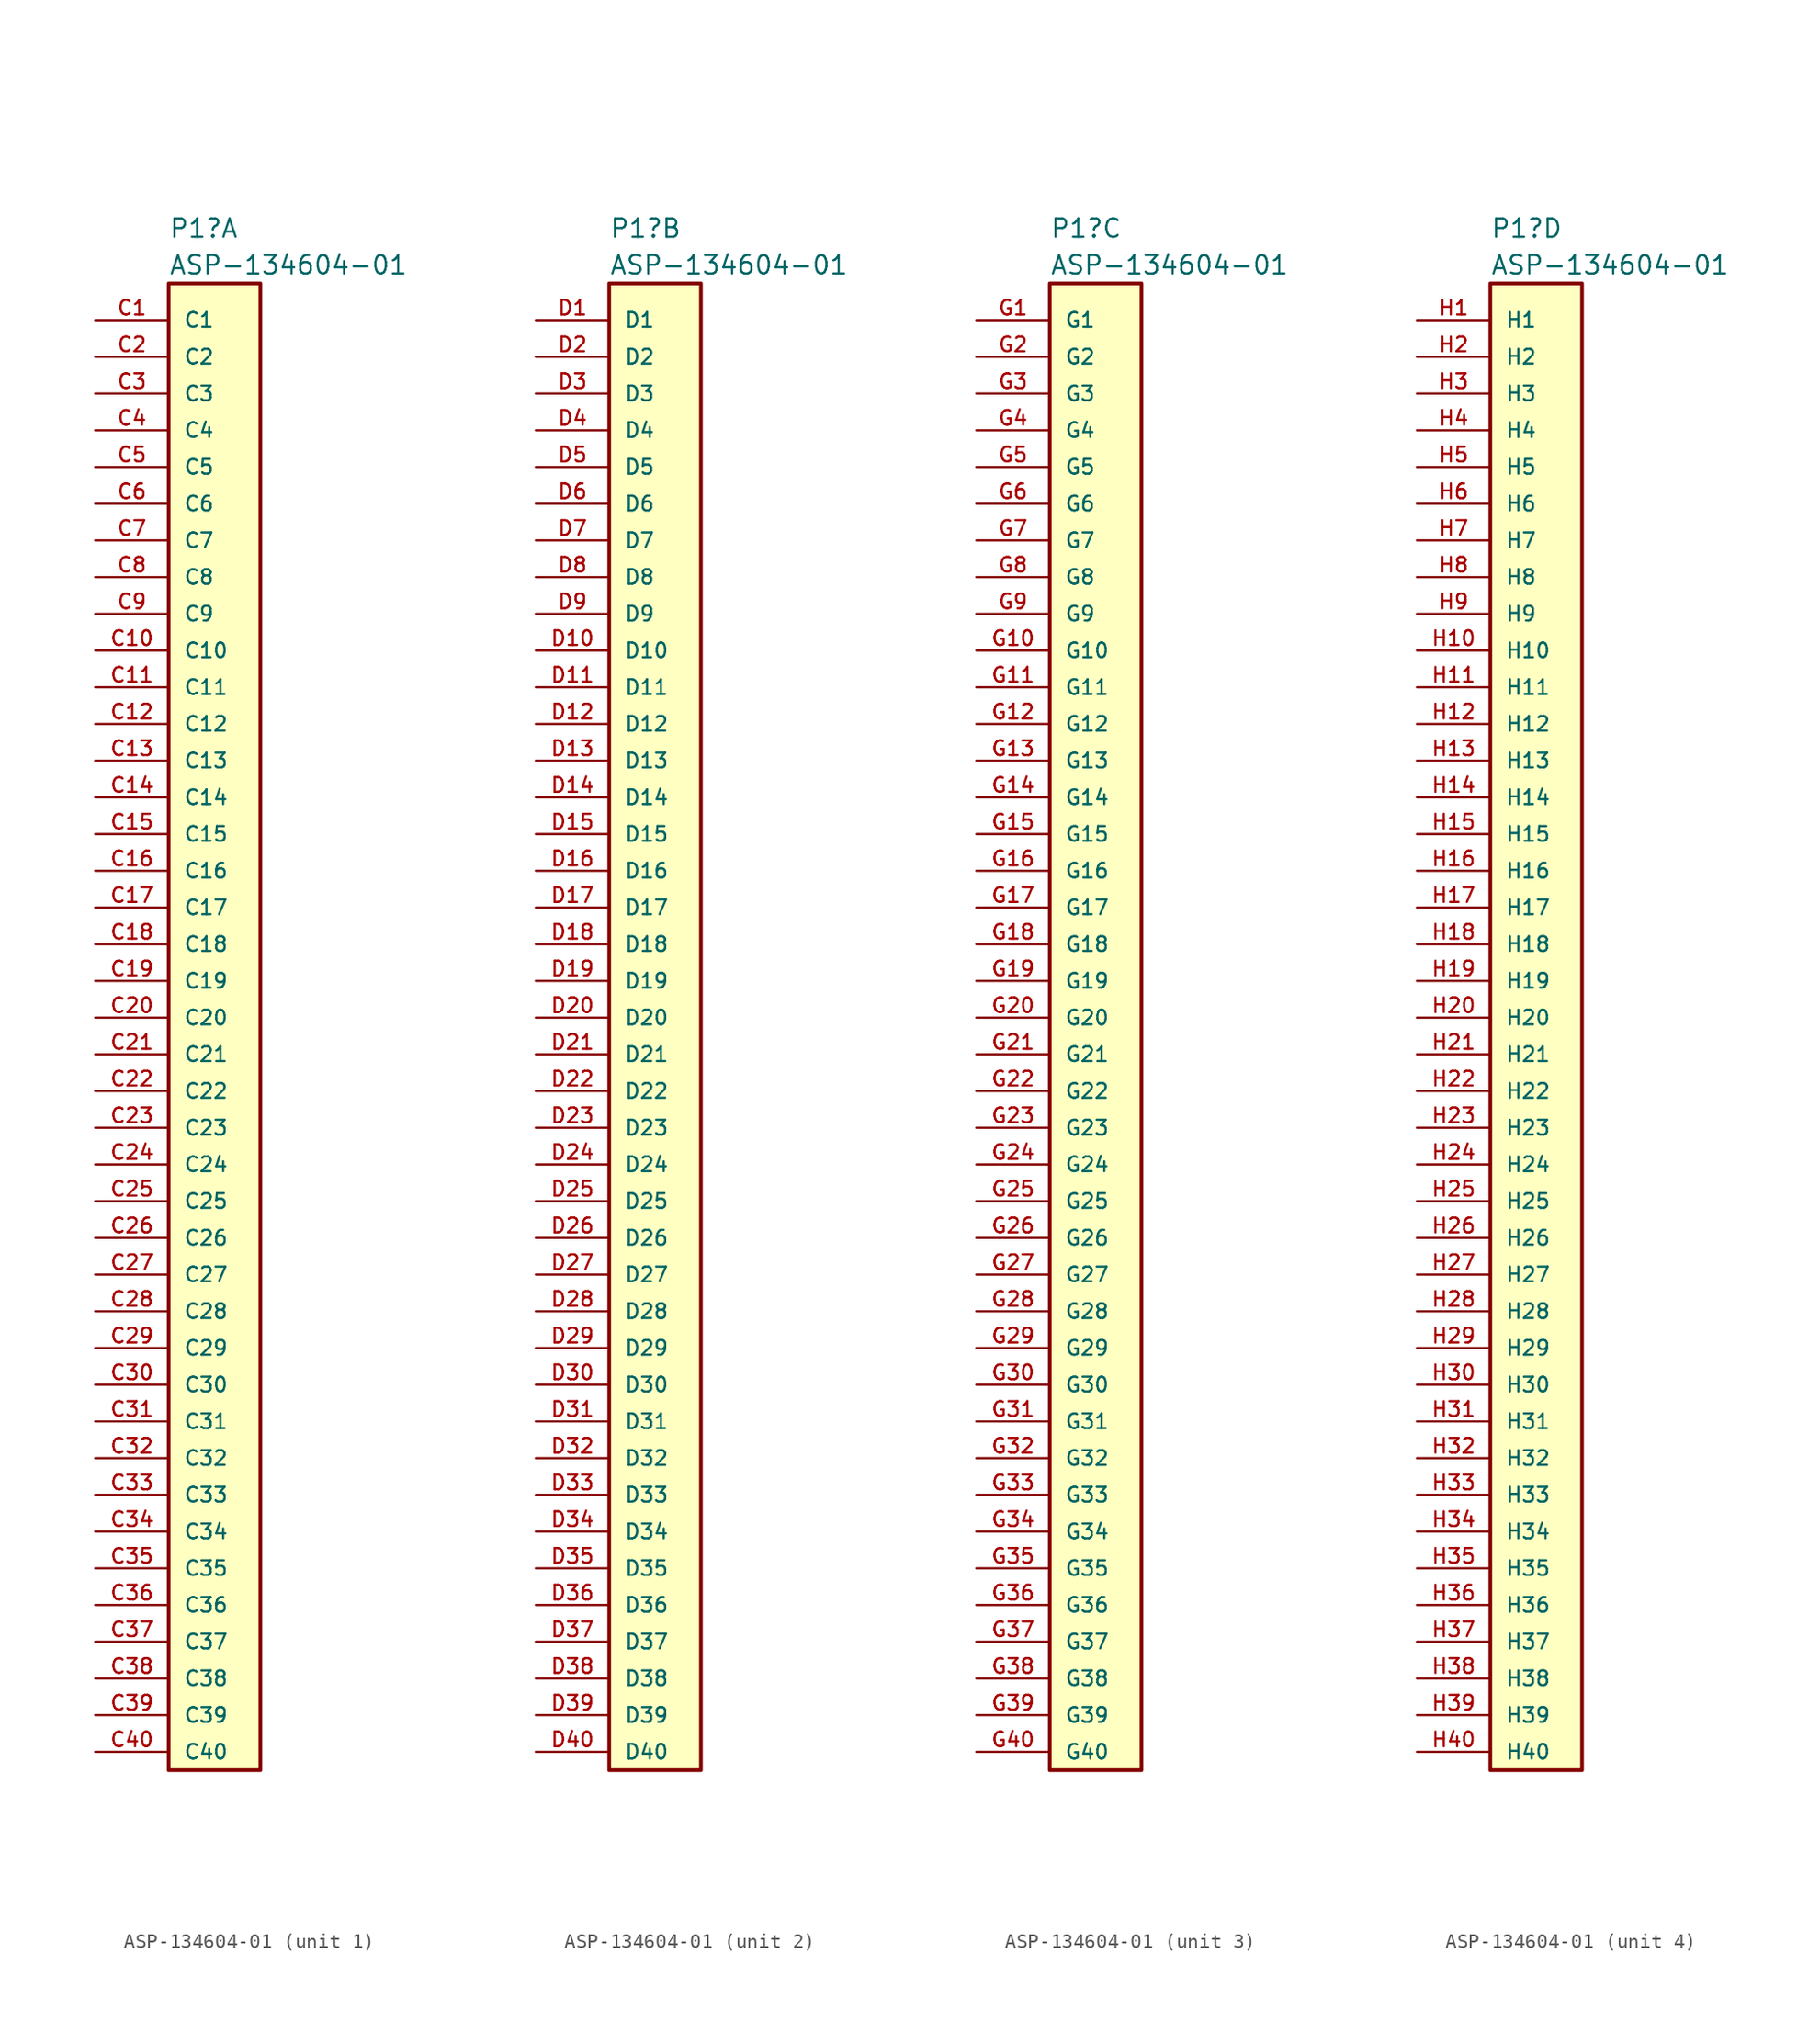
<source format=kicad_sym>
(kicad_symbol_lib
  (version 20241209)
  (generator "kicad_symbol_editor")
  (generator_version "9.0")
  (symbol "ASP-134604-01"
    (pin_names
      (offset 1.016))
    (property "Reference" "P1"
      (at -6.35 106.68 0)
      (effects (font (size 1.27 1.27)) (justify left)))
    (property "Value" "ASP-134604-01"
      (at -6.35 104.14 0)
      (effects (font (size 1.27 1.27)) (justify left)))
    (property "ki_locked" ""
      (at 0 0 0)
      (effects (font (size 1.27 1.27))))
    (symbol "ASP-134604-01_0_0"
      (rectangle (start -6.35 102.87) (end 0 0) (stroke (width 0.254) (type default)) (fill (type background))))
    (symbol "ASP-134604-01_1_1"
      (pin passive line (at -11.43 100.33 0) (length 5.08) (name "C1" (effects (font (size 1.016 1.016)))) (number "C1" (effects (font (size 1.016 1.016)))))
      (pin passive line (at -11.43 97.79 0) (length 5.08) (name "C2" (effects (font (size 1.016 1.016)))) (number "C2" (effects (font (size 1.016 1.016)))))
      (pin passive line (at -11.43 95.25 0) (length 5.08) (name "C3" (effects (font (size 1.016 1.016)))) (number "C3" (effects (font (size 1.016 1.016)))))
      (pin passive line (at -11.43 92.71 0) (length 5.08) (name "C4" (effects (font (size 1.016 1.016)))) (number "C4" (effects (font (size 1.016 1.016)))))
      (pin passive line (at -11.43 90.17 0) (length 5.08) (name "C5" (effects (font (size 1.016 1.016)))) (number "C5" (effects (font (size 1.016 1.016)))))
      (pin passive line (at -11.43 87.63 0) (length 5.08) (name "C6" (effects (font (size 1.016 1.016)))) (number "C6" (effects (font (size 1.016 1.016)))))
      (pin passive line (at -11.43 85.09 0) (length 5.08) (name "C7" (effects (font (size 1.016 1.016)))) (number "C7" (effects (font (size 1.016 1.016)))))
      (pin passive line (at -11.43 82.55 0) (length 5.08) (name "C8" (effects (font (size 1.016 1.016)))) (number "C8" (effects (font (size 1.016 1.016)))))
      (pin passive line (at -11.43 80.01 0) (length 5.08) (name "C9" (effects (font (size 1.016 1.016)))) (number "C9" (effects (font (size 1.016 1.016)))))
      (pin passive line (at -11.43 77.47 0) (length 5.08) (name "C10" (effects (font (size 1.016 1.016)))) (number "C10" (effects (font (size 1.016 1.016)))))
      (pin passive line (at -11.43 74.93 0) (length 5.08) (name "C11" (effects (font (size 1.016 1.016)))) (number "C11" (effects (font (size 1.016 1.016)))))
      (pin passive line (at -11.43 72.39 0) (length 5.08) (name "C12" (effects (font (size 1.016 1.016)))) (number "C12" (effects (font (size 1.016 1.016)))))
      (pin passive line (at -11.43 69.85 0) (length 5.08) (name "C13" (effects (font (size 1.016 1.016)))) (number "C13" (effects (font (size 1.016 1.016)))))
      (pin passive line (at -11.43 67.31 0) (length 5.08) (name "C14" (effects (font (size 1.016 1.016)))) (number "C14" (effects (font (size 1.016 1.016)))))
      (pin passive line (at -11.43 64.77 0) (length 5.08) (name "C15" (effects (font (size 1.016 1.016)))) (number "C15" (effects (font (size 1.016 1.016)))))
      (pin passive line (at -11.43 62.23 0) (length 5.08) (name "C16" (effects (font (size 1.016 1.016)))) (number "C16" (effects (font (size 1.016 1.016)))))
      (pin passive line (at -11.43 59.69 0) (length 5.08) (name "C17" (effects (font (size 1.016 1.016)))) (number "C17" (effects (font (size 1.016 1.016)))))
      (pin passive line (at -11.43 57.15 0) (length 5.08) (name "C18" (effects (font (size 1.016 1.016)))) (number "C18" (effects (font (size 1.016 1.016)))))
      (pin passive line (at -11.43 54.61 0) (length 5.08) (name "C19" (effects (font (size 1.016 1.016)))) (number "C19" (effects (font (size 1.016 1.016)))))
      (pin passive line (at -11.43 52.07 0) (length 5.08) (name "C20" (effects (font (size 1.016 1.016)))) (number "C20" (effects (font (size 1.016 1.016)))))
      (pin passive line (at -11.43 49.53 0) (length 5.08) (name "C21" (effects (font (size 1.016 1.016)))) (number "C21" (effects (font (size 1.016 1.016)))))
      (pin passive line (at -11.43 46.99 0) (length 5.08) (name "C22" (effects (font (size 1.016 1.016)))) (number "C22" (effects (font (size 1.016 1.016)))))
      (pin passive line (at -11.43 44.45 0) (length 5.08) (name "C23" (effects (font (size 1.016 1.016)))) (number "C23" (effects (font (size 1.016 1.016)))))
      (pin passive line (at -11.43 41.91 0) (length 5.08) (name "C24" (effects (font (size 1.016 1.016)))) (number "C24" (effects (font (size 1.016 1.016)))))
      (pin passive line (at -11.43 39.37 0) (length 5.08) (name "C25" (effects (font (size 1.016 1.016)))) (number "C25" (effects (font (size 1.016 1.016)))))
      (pin passive line (at -11.43 36.83 0) (length 5.08) (name "C26" (effects (font (size 1.016 1.016)))) (number "C26" (effects (font (size 1.016 1.016)))))
      (pin passive line (at -11.43 34.29 0) (length 5.08) (name "C27" (effects (font (size 1.016 1.016)))) (number "C27" (effects (font (size 1.016 1.016)))))
      (pin passive line (at -11.43 31.75 0) (length 5.08) (name "C28" (effects (font (size 1.016 1.016)))) (number "C28" (effects (font (size 1.016 1.016)))))
      (pin passive line (at -11.43 29.21 0) (length 5.08) (name "C29" (effects (font (size 1.016 1.016)))) (number "C29" (effects (font (size 1.016 1.016)))))
      (pin passive line (at -11.43 26.67 0) (length 5.08) (name "C30" (effects (font (size 1.016 1.016)))) (number "C30" (effects (font (size 1.016 1.016)))))
      (pin passive line (at -11.43 24.13 0) (length 5.08) (name "C31" (effects (font (size 1.016 1.016)))) (number "C31" (effects (font (size 1.016 1.016)))))
      (pin passive line (at -11.43 21.59 0) (length 5.08) (name "C32" (effects (font (size 1.016 1.016)))) (number "C32" (effects (font (size 1.016 1.016)))))
      (pin passive line (at -11.43 19.05 0) (length 5.08) (name "C33" (effects (font (size 1.016 1.016)))) (number "C33" (effects (font (size 1.016 1.016)))))
      (pin passive line (at -11.43 16.51 0) (length 5.08) (name "C34" (effects (font (size 1.016 1.016)))) (number "C34" (effects (font (size 1.016 1.016)))))
      (pin passive line (at -11.43 13.97 0) (length 5.08) (name "C35" (effects (font (size 1.016 1.016)))) (number "C35" (effects (font (size 1.016 1.016)))))
      (pin passive line (at -11.43 11.43 0) (length 5.08) (name "C36" (effects (font (size 1.016 1.016)))) (number "C36" (effects (font (size 1.016 1.016)))))
      (pin passive line (at -11.43 8.89 0) (length 5.08) (name "C37" (effects (font (size 1.016 1.016)))) (number "C37" (effects (font (size 1.016 1.016)))))
      (pin passive line (at -11.43 6.35 0) (length 5.08) (name "C38" (effects (font (size 1.016 1.016)))) (number "C38" (effects (font (size 1.016 1.016)))))
      (pin passive line (at -11.43 3.81 0) (length 5.08) (name "C39" (effects (font (size 1.016 1.016)))) (number "C39" (effects (font (size 1.016 1.016)))))
      (pin passive line (at -11.43 1.27 0) (length 5.08) (name "C40" (effects (font (size 1.016 1.016)))) (number "C40" (effects (font (size 1.016 1.016))))))
    (symbol "ASP-134604-01_2_1"
      (pin passive line (at -11.43 100.33 0) (length 5.08) (name "D1" (effects (font (size 1.016 1.016)))) (number "D1" (effects (font (size 1.016 1.016)))))
      (pin passive line (at -11.43 97.79 0) (length 5.08) (name "D2" (effects (font (size 1.016 1.016)))) (number "D2" (effects (font (size 1.016 1.016)))))
      (pin passive line (at -11.43 95.25 0) (length 5.08) (name "D3" (effects (font (size 1.016 1.016)))) (number "D3" (effects (font (size 1.016 1.016)))))
      (pin passive line (at -11.43 92.71 0) (length 5.08) (name "D4" (effects (font (size 1.016 1.016)))) (number "D4" (effects (font (size 1.016 1.016)))))
      (pin passive line (at -11.43 90.17 0) (length 5.08) (name "D5" (effects (font (size 1.016 1.016)))) (number "D5" (effects (font (size 1.016 1.016)))))
      (pin passive line (at -11.43 87.63 0) (length 5.08) (name "D6" (effects (font (size 1.016 1.016)))) (number "D6" (effects (font (size 1.016 1.016)))))
      (pin passive line (at -11.43 85.09 0) (length 5.08) (name "D7" (effects (font (size 1.016 1.016)))) (number "D7" (effects (font (size 1.016 1.016)))))
      (pin passive line (at -11.43 82.55 0) (length 5.08) (name "D8" (effects (font (size 1.016 1.016)))) (number "D8" (effects (font (size 1.016 1.016)))))
      (pin passive line (at -11.43 80.01 0) (length 5.08) (name "D9" (effects (font (size 1.016 1.016)))) (number "D9" (effects (font (size 1.016 1.016)))))
      (pin passive line (at -11.43 77.47 0) (length 5.08) (name "D10" (effects (font (size 1.016 1.016)))) (number "D10" (effects (font (size 1.016 1.016)))))
      (pin passive line (at -11.43 74.93 0) (length 5.08) (name "D11" (effects (font (size 1.016 1.016)))) (number "D11" (effects (font (size 1.016 1.016)))))
      (pin passive line (at -11.43 72.39 0) (length 5.08) (name "D12" (effects (font (size 1.016 1.016)))) (number "D12" (effects (font (size 1.016 1.016)))))
      (pin passive line (at -11.43 69.85 0) (length 5.08) (name "D13" (effects (font (size 1.016 1.016)))) (number "D13" (effects (font (size 1.016 1.016)))))
      (pin passive line (at -11.43 67.31 0) (length 5.08) (name "D14" (effects (font (size 1.016 1.016)))) (number "D14" (effects (font (size 1.016 1.016)))))
      (pin passive line (at -11.43 64.77 0) (length 5.08) (name "D15" (effects (font (size 1.016 1.016)))) (number "D15" (effects (font (size 1.016 1.016)))))
      (pin passive line (at -11.43 62.23 0) (length 5.08) (name "D16" (effects (font (size 1.016 1.016)))) (number "D16" (effects (font (size 1.016 1.016)))))
      (pin passive line (at -11.43 59.69 0) (length 5.08) (name "D17" (effects (font (size 1.016 1.016)))) (number "D17" (effects (font (size 1.016 1.016)))))
      (pin passive line (at -11.43 57.15 0) (length 5.08) (name "D18" (effects (font (size 1.016 1.016)))) (number "D18" (effects (font (size 1.016 1.016)))))
      (pin passive line (at -11.43 54.61 0) (length 5.08) (name "D19" (effects (font (size 1.016 1.016)))) (number "D19" (effects (font (size 1.016 1.016)))))
      (pin passive line (at -11.43 52.07 0) (length 5.08) (name "D20" (effects (font (size 1.016 1.016)))) (number "D20" (effects (font (size 1.016 1.016)))))
      (pin passive line (at -11.43 49.53 0) (length 5.08) (name "D21" (effects (font (size 1.016 1.016)))) (number "D21" (effects (font (size 1.016 1.016)))))
      (pin passive line (at -11.43 46.99 0) (length 5.08) (name "D22" (effects (font (size 1.016 1.016)))) (number "D22" (effects (font (size 1.016 1.016)))))
      (pin passive line (at -11.43 44.45 0) (length 5.08) (name "D23" (effects (font (size 1.016 1.016)))) (number "D23" (effects (font (size 1.016 1.016)))))
      (pin passive line (at -11.43 41.91 0) (length 5.08) (name "D24" (effects (font (size 1.016 1.016)))) (number "D24" (effects (font (size 1.016 1.016)))))
      (pin passive line (at -11.43 39.37 0) (length 5.08) (name "D25" (effects (font (size 1.016 1.016)))) (number "D25" (effects (font (size 1.016 1.016)))))
      (pin passive line (at -11.43 36.83 0) (length 5.08) (name "D26" (effects (font (size 1.016 1.016)))) (number "D26" (effects (font (size 1.016 1.016)))))
      (pin passive line (at -11.43 34.29 0) (length 5.08) (name "D27" (effects (font (size 1.016 1.016)))) (number "D27" (effects (font (size 1.016 1.016)))))
      (pin passive line (at -11.43 31.75 0) (length 5.08) (name "D28" (effects (font (size 1.016 1.016)))) (number "D28" (effects (font (size 1.016 1.016)))))
      (pin passive line (at -11.43 29.21 0) (length 5.08) (name "D29" (effects (font (size 1.016 1.016)))) (number "D29" (effects (font (size 1.016 1.016)))))
      (pin passive line (at -11.43 26.67 0) (length 5.08) (name "D30" (effects (font (size 1.016 1.016)))) (number "D30" (effects (font (size 1.016 1.016)))))
      (pin passive line (at -11.43 24.13 0) (length 5.08) (name "D31" (effects (font (size 1.016 1.016)))) (number "D31" (effects (font (size 1.016 1.016)))))
      (pin passive line (at -11.43 21.59 0) (length 5.08) (name "D32" (effects (font (size 1.016 1.016)))) (number "D32" (effects (font (size 1.016 1.016)))))
      (pin passive line (at -11.43 19.05 0) (length 5.08) (name "D33" (effects (font (size 1.016 1.016)))) (number "D33" (effects (font (size 1.016 1.016)))))
      (pin passive line (at -11.43 16.51 0) (length 5.08) (name "D34" (effects (font (size 1.016 1.016)))) (number "D34" (effects (font (size 1.016 1.016)))))
      (pin passive line (at -11.43 13.97 0) (length 5.08) (name "D35" (effects (font (size 1.016 1.016)))) (number "D35" (effects (font (size 1.016 1.016)))))
      (pin passive line (at -11.43 11.43 0) (length 5.08) (name "D36" (effects (font (size 1.016 1.016)))) (number "D36" (effects (font (size 1.016 1.016)))))
      (pin passive line (at -11.43 8.89 0) (length 5.08) (name "D37" (effects (font (size 1.016 1.016)))) (number "D37" (effects (font (size 1.016 1.016)))))
      (pin passive line (at -11.43 6.35 0) (length 5.08) (name "D38" (effects (font (size 1.016 1.016)))) (number "D38" (effects (font (size 1.016 1.016)))))
      (pin passive line (at -11.43 3.81 0) (length 5.08) (name "D39" (effects (font (size 1.016 1.016)))) (number "D39" (effects (font (size 1.016 1.016)))))
      (pin passive line (at -11.43 1.27 0) (length 5.08) (name "D40" (effects (font (size 1.016 1.016)))) (number "D40" (effects (font (size 1.016 1.016))))))
    (symbol "ASP-134604-01_3_1"
      (pin passive line (at -11.43 100.33 0) (length 5.08) (name "G1" (effects (font (size 1.016 1.016)))) (number "G1" (effects (font (size 1.016 1.016)))))
      (pin passive line (at -11.43 97.79 0) (length 5.08) (name "G2" (effects (font (size 1.016 1.016)))) (number "G2" (effects (font (size 1.016 1.016)))))
      (pin passive line (at -11.43 95.25 0) (length 5.08) (name "G3" (effects (font (size 1.016 1.016)))) (number "G3" (effects (font (size 1.016 1.016)))))
      (pin passive line (at -11.43 92.71 0) (length 5.08) (name "G4" (effects (font (size 1.016 1.016)))) (number "G4" (effects (font (size 1.016 1.016)))))
      (pin passive line (at -11.43 90.17 0) (length 5.08) (name "G5" (effects (font (size 1.016 1.016)))) (number "G5" (effects (font (size 1.016 1.016)))))
      (pin passive line (at -11.43 87.63 0) (length 5.08) (name "G6" (effects (font (size 1.016 1.016)))) (number "G6" (effects (font (size 1.016 1.016)))))
      (pin passive line (at -11.43 85.09 0) (length 5.08) (name "G7" (effects (font (size 1.016 1.016)))) (number "G7" (effects (font (size 1.016 1.016)))))
      (pin passive line (at -11.43 82.55 0) (length 5.08) (name "G8" (effects (font (size 1.016 1.016)))) (number "G8" (effects (font (size 1.016 1.016)))))
      (pin passive line (at -11.43 80.01 0) (length 5.08) (name "G9" (effects (font (size 1.016 1.016)))) (number "G9" (effects (font (size 1.016 1.016)))))
      (pin passive line (at -11.43 77.47 0) (length 5.08) (name "G10" (effects (font (size 1.016 1.016)))) (number "G10" (effects (font (size 1.016 1.016)))))
      (pin passive line (at -11.43 74.93 0) (length 5.08) (name "G11" (effects (font (size 1.016 1.016)))) (number "G11" (effects (font (size 1.016 1.016)))))
      (pin passive line (at -11.43 72.39 0) (length 5.08) (name "G12" (effects (font (size 1.016 1.016)))) (number "G12" (effects (font (size 1.016 1.016)))))
      (pin passive line (at -11.43 69.85 0) (length 5.08) (name "G13" (effects (font (size 1.016 1.016)))) (number "G13" (effects (font (size 1.016 1.016)))))
      (pin passive line (at -11.43 67.31 0) (length 5.08) (name "G14" (effects (font (size 1.016 1.016)))) (number "G14" (effects (font (size 1.016 1.016)))))
      (pin passive line (at -11.43 64.77 0) (length 5.08) (name "G15" (effects (font (size 1.016 1.016)))) (number "G15" (effects (font (size 1.016 1.016)))))
      (pin passive line (at -11.43 62.23 0) (length 5.08) (name "G16" (effects (font (size 1.016 1.016)))) (number "G16" (effects (font (size 1.016 1.016)))))
      (pin passive line (at -11.43 59.69 0) (length 5.08) (name "G17" (effects (font (size 1.016 1.016)))) (number "G17" (effects (font (size 1.016 1.016)))))
      (pin passive line (at -11.43 57.15 0) (length 5.08) (name "G18" (effects (font (size 1.016 1.016)))) (number "G18" (effects (font (size 1.016 1.016)))))
      (pin passive line (at -11.43 54.61 0) (length 5.08) (name "G19" (effects (font (size 1.016 1.016)))) (number "G19" (effects (font (size 1.016 1.016)))))
      (pin passive line (at -11.43 52.07 0) (length 5.08) (name "G20" (effects (font (size 1.016 1.016)))) (number "G20" (effects (font (size 1.016 1.016)))))
      (pin passive line (at -11.43 49.53 0) (length 5.08) (name "G21" (effects (font (size 1.016 1.016)))) (number "G21" (effects (font (size 1.016 1.016)))))
      (pin passive line (at -11.43 46.99 0) (length 5.08) (name "G22" (effects (font (size 1.016 1.016)))) (number "G22" (effects (font (size 1.016 1.016)))))
      (pin passive line (at -11.43 44.45 0) (length 5.08) (name "G23" (effects (font (size 1.016 1.016)))) (number "G23" (effects (font (size 1.016 1.016)))))
      (pin passive line (at -11.43 41.91 0) (length 5.08) (name "G24" (effects (font (size 1.016 1.016)))) (number "G24" (effects (font (size 1.016 1.016)))))
      (pin passive line (at -11.43 39.37 0) (length 5.08) (name "G25" (effects (font (size 1.016 1.016)))) (number "G25" (effects (font (size 1.016 1.016)))))
      (pin passive line (at -11.43 36.83 0) (length 5.08) (name "G26" (effects (font (size 1.016 1.016)))) (number "G26" (effects (font (size 1.016 1.016)))))
      (pin passive line (at -11.43 34.29 0) (length 5.08) (name "G27" (effects (font (size 1.016 1.016)))) (number "G27" (effects (font (size 1.016 1.016)))))
      (pin passive line (at -11.43 31.75 0) (length 5.08) (name "G28" (effects (font (size 1.016 1.016)))) (number "G28" (effects (font (size 1.016 1.016)))))
      (pin passive line (at -11.43 29.21 0) (length 5.08) (name "G29" (effects (font (size 1.016 1.016)))) (number "G29" (effects (font (size 1.016 1.016)))))
      (pin passive line (at -11.43 26.67 0) (length 5.08) (name "G30" (effects (font (size 1.016 1.016)))) (number "G30" (effects (font (size 1.016 1.016)))))
      (pin passive line (at -11.43 24.13 0) (length 5.08) (name "G31" (effects (font (size 1.016 1.016)))) (number "G31" (effects (font (size 1.016 1.016)))))
      (pin passive line (at -11.43 21.59 0) (length 5.08) (name "G32" (effects (font (size 1.016 1.016)))) (number "G32" (effects (font (size 1.016 1.016)))))
      (pin passive line (at -11.43 19.05 0) (length 5.08) (name "G33" (effects (font (size 1.016 1.016)))) (number "G33" (effects (font (size 1.016 1.016)))))
      (pin passive line (at -11.43 16.51 0) (length 5.08) (name "G34" (effects (font (size 1.016 1.016)))) (number "G34" (effects (font (size 1.016 1.016)))))
      (pin passive line (at -11.43 13.97 0) (length 5.08) (name "G35" (effects (font (size 1.016 1.016)))) (number "G35" (effects (font (size 1.016 1.016)))))
      (pin passive line (at -11.43 11.43 0) (length 5.08) (name "G36" (effects (font (size 1.016 1.016)))) (number "G36" (effects (font (size 1.016 1.016)))))
      (pin passive line (at -11.43 8.89 0) (length 5.08) (name "G37" (effects (font (size 1.016 1.016)))) (number "G37" (effects (font (size 1.016 1.016)))))
      (pin passive line (at -11.43 6.35 0) (length 5.08) (name "G38" (effects (font (size 1.016 1.016)))) (number "G38" (effects (font (size 1.016 1.016)))))
      (pin passive line (at -11.43 3.81 0) (length 5.08) (name "G39" (effects (font (size 1.016 1.016)))) (number "G39" (effects (font (size 1.016 1.016)))))
      (pin passive line (at -11.43 1.27 0) (length 5.08) (name "G40" (effects (font (size 1.016 1.016)))) (number "G40" (effects (font (size 1.016 1.016))))))
    (symbol "ASP-134604-01_4_1"
      (pin passive line (at -11.43 100.33 0) (length 5.08) (name "H1" (effects (font (size 1.016 1.016)))) (number "H1" (effects (font (size 1.016 1.016)))))
      (pin passive line (at -11.43 97.79 0) (length 5.08) (name "H2" (effects (font (size 1.016 1.016)))) (number "H2" (effects (font (size 1.016 1.016)))))
      (pin passive line (at -11.43 95.25 0) (length 5.08) (name "H3" (effects (font (size 1.016 1.016)))) (number "H3" (effects (font (size 1.016 1.016)))))
      (pin passive line (at -11.43 92.71 0) (length 5.08) (name "H4" (effects (font (size 1.016 1.016)))) (number "H4" (effects (font (size 1.016 1.016)))))
      (pin passive line (at -11.43 90.17 0) (length 5.08) (name "H5" (effects (font (size 1.016 1.016)))) (number "H5" (effects (font (size 1.016 1.016)))))
      (pin passive line (at -11.43 87.63 0) (length 5.08) (name "H6" (effects (font (size 1.016 1.016)))) (number "H6" (effects (font (size 1.016 1.016)))))
      (pin passive line (at -11.43 85.09 0) (length 5.08) (name "H7" (effects (font (size 1.016 1.016)))) (number "H7" (effects (font (size 1.016 1.016)))))
      (pin passive line (at -11.43 82.55 0) (length 5.08) (name "H8" (effects (font (size 1.016 1.016)))) (number "H8" (effects (font (size 1.016 1.016)))))
      (pin passive line (at -11.43 80.01 0) (length 5.08) (name "H9" (effects (font (size 1.016 1.016)))) (number "H9" (effects (font (size 1.016 1.016)))))
      (pin passive line (at -11.43 77.47 0) (length 5.08) (name "H10" (effects (font (size 1.016 1.016)))) (number "H10" (effects (font (size 1.016 1.016)))))
      (pin passive line (at -11.43 74.93 0) (length 5.08) (name "H11" (effects (font (size 1.016 1.016)))) (number "H11" (effects (font (size 1.016 1.016)))))
      (pin passive line (at -11.43 72.39 0) (length 5.08) (name "H12" (effects (font (size 1.016 1.016)))) (number "H12" (effects (font (size 1.016 1.016)))))
      (pin passive line (at -11.43 69.85 0) (length 5.08) (name "H13" (effects (font (size 1.016 1.016)))) (number "H13" (effects (font (size 1.016 1.016)))))
      (pin passive line (at -11.43 67.31 0) (length 5.08) (name "H14" (effects (font (size 1.016 1.016)))) (number "H14" (effects (font (size 1.016 1.016)))))
      (pin passive line (at -11.43 64.77 0) (length 5.08) (name "H15" (effects (font (size 1.016 1.016)))) (number "H15" (effects (font (size 1.016 1.016)))))
      (pin passive line (at -11.43 62.23 0) (length 5.08) (name "H16" (effects (font (size 1.016 1.016)))) (number "H16" (effects (font (size 1.016 1.016)))))
      (pin passive line (at -11.43 59.69 0) (length 5.08) (name "H17" (effects (font (size 1.016 1.016)))) (number "H17" (effects (font (size 1.016 1.016)))))
      (pin passive line (at -11.43 57.15 0) (length 5.08) (name "H18" (effects (font (size 1.016 1.016)))) (number "H18" (effects (font (size 1.016 1.016)))))
      (pin passive line (at -11.43 54.61 0) (length 5.08) (name "H19" (effects (font (size 1.016 1.016)))) (number "H19" (effects (font (size 1.016 1.016)))))
      (pin passive line (at -11.43 52.07 0) (length 5.08) (name "H20" (effects (font (size 1.016 1.016)))) (number "H20" (effects (font (size 1.016 1.016)))))
      (pin passive line (at -11.43 49.53 0) (length 5.08) (name "H21" (effects (font (size 1.016 1.016)))) (number "H21" (effects (font (size 1.016 1.016)))))
      (pin passive line (at -11.43 46.99 0) (length 5.08) (name "H22" (effects (font (size 1.016 1.016)))) (number "H22" (effects (font (size 1.016 1.016)))))
      (pin passive line (at -11.43 44.45 0) (length 5.08) (name "H23" (effects (font (size 1.016 1.016)))) (number "H23" (effects (font (size 1.016 1.016)))))
      (pin passive line (at -11.43 41.91 0) (length 5.08) (name "H24" (effects (font (size 1.016 1.016)))) (number "H24" (effects (font (size 1.016 1.016)))))
      (pin passive line (at -11.43 39.37 0) (length 5.08) (name "H25" (effects (font (size 1.016 1.016)))) (number "H25" (effects (font (size 1.016 1.016)))))
      (pin passive line (at -11.43 36.83 0) (length 5.08) (name "H26" (effects (font (size 1.016 1.016)))) (number "H26" (effects (font (size 1.016 1.016)))))
      (pin passive line (at -11.43 34.29 0) (length 5.08) (name "H27" (effects (font (size 1.016 1.016)))) (number "H27" (effects (font (size 1.016 1.016)))))
      (pin passive line (at -11.43 31.75 0) (length 5.08) (name "H28" (effects (font (size 1.016 1.016)))) (number "H28" (effects (font (size 1.016 1.016)))))
      (pin passive line (at -11.43 29.21 0) (length 5.08) (name "H29" (effects (font (size 1.016 1.016)))) (number "H29" (effects (font (size 1.016 1.016)))))
      (pin passive line (at -11.43 26.67 0) (length 5.08) (name "H30" (effects (font (size 1.016 1.016)))) (number "H30" (effects (font (size 1.016 1.016)))))
      (pin passive line (at -11.43 24.13 0) (length 5.08) (name "H31" (effects (font (size 1.016 1.016)))) (number "H31" (effects (font (size 1.016 1.016)))))
      (pin passive line (at -11.43 21.59 0) (length 5.08) (name "H32" (effects (font (size 1.016 1.016)))) (number "H32" (effects (font (size 1.016 1.016)))))
      (pin passive line (at -11.43 19.05 0) (length 5.08) (name "H33" (effects (font (size 1.016 1.016)))) (number "H33" (effects (font (size 1.016 1.016)))))
      (pin passive line (at -11.43 16.51 0) (length 5.08) (name "H34" (effects (font (size 1.016 1.016)))) (number "H34" (effects (font (size 1.016 1.016)))))
      (pin passive line (at -11.43 13.97 0) (length 5.08) (name "H35" (effects (font (size 1.016 1.016)))) (number "H35" (effects (font (size 1.016 1.016)))))
      (pin passive line (at -11.43 11.43 0) (length 5.08) (name "H36" (effects (font (size 1.016 1.016)))) (number "H36" (effects (font (size 1.016 1.016)))))
      (pin passive line (at -11.43 8.89 0) (length 5.08) (name "H37" (effects (font (size 1.016 1.016)))) (number "H37" (effects (font (size 1.016 1.016)))))
      (pin passive line (at -11.43 6.35 0) (length 5.08) (name "H38" (effects (font (size 1.016 1.016)))) (number "H38" (effects (font (size 1.016 1.016)))))
      (pin passive line (at -11.43 3.81 0) (length 5.08) (name "H39" (effects (font (size 1.016 1.016)))) (number "H39" (effects (font (size 1.016 1.016)))))
      (pin passive line (at -11.43 1.27 0) (length 5.08) (name "H40" (effects (font (size 1.016 1.016)))) (number "H40" (effects (font (size 1.016 1.016))))))))
</source>
